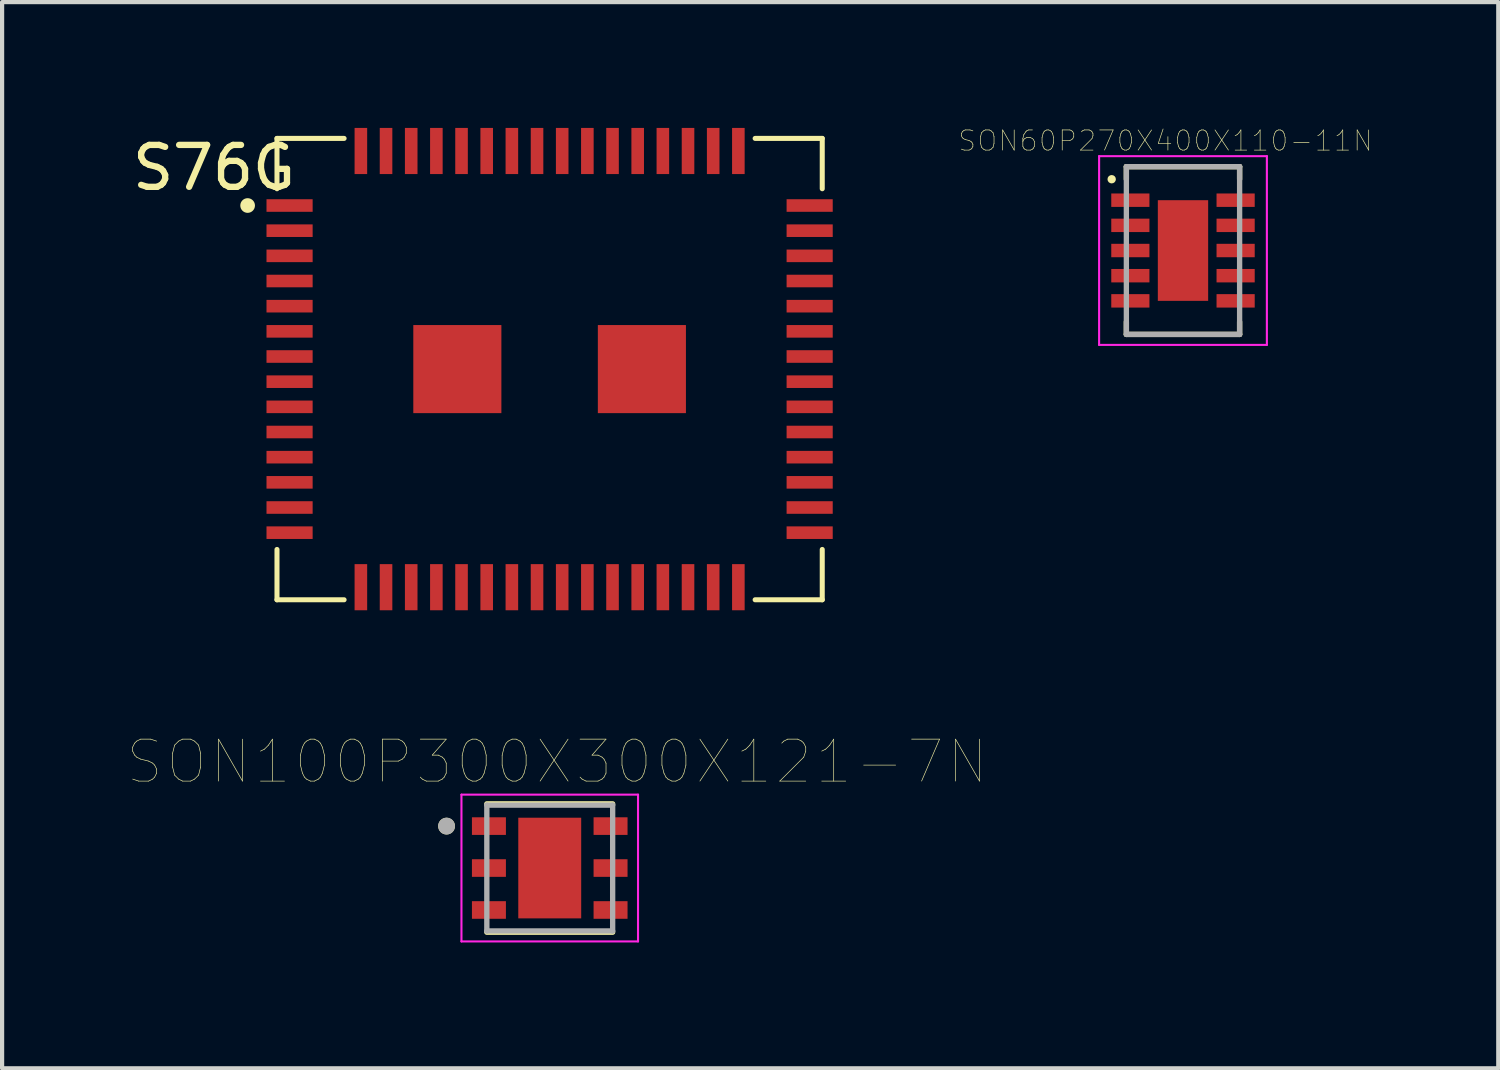
<source format=kicad_pcb>
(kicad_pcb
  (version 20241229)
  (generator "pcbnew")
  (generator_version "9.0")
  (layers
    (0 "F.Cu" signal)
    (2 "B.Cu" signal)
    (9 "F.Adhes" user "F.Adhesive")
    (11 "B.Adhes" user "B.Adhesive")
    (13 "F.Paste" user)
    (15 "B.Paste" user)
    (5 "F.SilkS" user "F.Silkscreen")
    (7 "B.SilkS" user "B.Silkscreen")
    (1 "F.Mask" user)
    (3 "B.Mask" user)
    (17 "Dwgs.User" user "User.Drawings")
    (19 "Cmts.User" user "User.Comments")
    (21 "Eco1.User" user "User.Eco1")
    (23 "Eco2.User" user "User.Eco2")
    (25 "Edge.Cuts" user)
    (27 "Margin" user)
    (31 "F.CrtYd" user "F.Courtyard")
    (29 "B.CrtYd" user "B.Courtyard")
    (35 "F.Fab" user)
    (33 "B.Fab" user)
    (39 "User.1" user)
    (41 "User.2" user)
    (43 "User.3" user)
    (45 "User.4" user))
  (footprint "S76G"
    (layer "F.Cu")
    (at 10.054 5.75)
    (property "Reference" "S76G" (at -8 -4.8 180) (layer "F.SilkS") (effects (font (size 1 1) (thickness 0.15))))
    (attr through_hole)
    (fp_line (start -6.5 -5.5) (end -6.5 -4.3) (stroke (width 0.12) (type solid)) (layer "F.SilkS"))
    (fp_line (start -6.5 -5.5) (end -4.9 -5.5) (stroke (width 0.12) (type solid)) (layer "F.SilkS"))
    (fp_line (start -6.5 5.5) (end -6.5 4.3) (stroke (width 0.12) (type solid)) (layer "F.SilkS"))
    (fp_line (start -6.5 5.5) (end -4.9 5.5) (stroke (width 0.12) (type solid)) (layer "F.SilkS"))
    (fp_line (start 6.5 -5.5) (end 4.9 -5.5) (stroke (width 0.12) (type solid)) (layer "F.SilkS"))
    (fp_line (start 6.5 -5.5) (end 6.5 -4.3) (stroke (width 0.12) (type solid)) (layer "F.SilkS"))
    (fp_line (start 6.5 5.5) (end 4.9 5.5) (stroke (width 0.12) (type solid)) (layer "F.SilkS"))
    (fp_line (start 6.5 5.5) (end 6.5 4.3) (stroke (width 0.12) (type solid)) (layer "F.SilkS"))
    (pad "" smd circle (at -7.2 -3.9) (size 0.35 0.35) (layers "F.SilkS"))
    (pad "1" smd rect (at -6.2 -3.9) (size 1.1 0.3) (layers "F.Cu" "F.Mask" "F.Paste"))
    (pad "2" smd rect (at -6.2 -3.3) (size 1.1 0.3) (layers "F.Cu" "F.Mask" "F.Paste"))
    (pad "3" smd rect (at -6.2 -2.7) (size 1.1 0.3) (layers "F.Cu" "F.Mask" "F.Paste"))
    (pad "4" smd rect (at -6.2 -2.1) (size 1.1 0.3) (layers "F.Cu" "F.Mask" "F.Paste"))
    (pad "5" smd rect (at -6.2 -1.5) (size 1.1 0.3) (layers "F.Cu" "F.Mask" "F.Paste"))
    (pad "6" smd rect (at -6.2 -0.9) (size 1.1 0.3) (layers "F.Cu" "F.Mask" "F.Paste"))
    (pad "7" smd rect (at -6.2 -0.3) (size 1.1 0.3) (layers "F.Cu" "F.Mask" "F.Paste"))
    (pad "8" smd rect (at -6.2 0.3) (size 1.1 0.3) (layers "F.Cu" "F.Mask" "F.Paste"))
    (pad "9" smd rect (at -6.2 0.9) (size 1.1 0.3) (layers "F.Cu" "F.Mask" "F.Paste"))
    (pad "10" smd rect (at -6.2 1.5) (size 1.1 0.3) (layers "F.Cu" "F.Mask" "F.Paste"))
    (pad "11" smd rect (at -6.2 2.1) (size 1.1 0.3) (layers "F.Cu" "F.Mask" "F.Paste"))
    (pad "12" smd rect (at -6.2 2.7) (size 1.1 0.3) (layers "F.Cu" "F.Mask" "F.Paste"))
    (pad "13" smd rect (at -6.2 3.3) (size 1.1 0.3) (layers "F.Cu" "F.Mask" "F.Paste"))
    (pad "14" smd rect (at -6.2 3.9) (size 1.1 0.3) (layers "F.Cu" "F.Mask" "F.Paste"))
    (pad "15" smd rect (at -4.5 5.2) (size 0.3 1.1) (layers "F.Cu" "F.Mask" "F.Paste"))
    (pad "16" smd rect (at -3.9 5.2) (size 0.3 1.1) (layers "F.Cu" "F.Mask" "F.Paste"))
    (pad "17" smd rect (at -3.3 5.2) (size 0.3 1.1) (layers "F.Cu" "F.Mask" "F.Paste"))
    (pad "18" smd rect (at -2.7 5.2) (size 0.3 1.1) (layers "F.Cu" "F.Mask" "F.Paste"))
    (pad "19" smd rect (at -2.1 5.2) (size 0.3 1.1) (layers "F.Cu" "F.Mask" "F.Paste"))
    (pad "20" smd rect (at -1.5 5.2) (size 0.3 1.1) (layers "F.Cu" "F.Mask" "F.Paste"))
    (pad "21" smd rect (at -0.9 5.2) (size 0.3 1.1) (layers "F.Cu" "F.Mask" "F.Paste"))
    (pad "22" smd rect (at -0.3 5.2) (size 0.3 1.1) (layers "F.Cu" "F.Mask" "F.Paste"))
    (pad "23" smd rect (at 0.3 5.2) (size 0.3 1.1) (layers "F.Cu" "F.Mask" "F.Paste"))
    (pad "24" smd rect (at 0.9 5.2) (size 0.3 1.1) (layers "F.Cu" "F.Mask" "F.Paste"))
    (pad "25" smd rect (at 1.5 5.2) (size 0.3 1.1) (layers "F.Cu" "F.Mask" "F.Paste"))
    (pad "26" smd rect (at 2.1 5.2) (size 0.3 1.1) (layers "F.Cu" "F.Mask" "F.Paste"))
    (pad "27" smd rect (at 2.7 5.2) (size 0.3 1.1) (layers "F.Cu" "F.Mask" "F.Paste"))
    (pad "28" smd rect (at 3.3 5.2) (size 0.3 1.1) (layers "F.Cu" "F.Mask" "F.Paste"))
    (pad "29" smd rect (at 3.9 5.2) (size 0.3 1.1) (layers "F.Cu" "F.Mask" "F.Paste"))
    (pad "30" smd rect (at 4.5 5.2) (size 0.3 1.1) (layers "F.Cu" "F.Mask" "F.Paste"))
    (pad "31" smd rect (at 6.2 3.9) (size 1.1 0.3) (layers "F.Cu" "F.Mask" "F.Paste"))
    (pad "32" smd rect (at 6.2 3.3) (size 1.1 0.3) (layers "F.Cu" "F.Mask" "F.Paste"))
    (pad "33" smd rect (at 6.2 2.7) (size 1.1 0.3) (layers "F.Cu" "F.Mask" "F.Paste"))
    (pad "34" smd rect (at 6.2 2.1) (size 1.1 0.3) (layers "F.Cu" "F.Mask" "F.Paste"))
    (pad "35" smd rect (at 6.2 1.5) (size 1.1 0.3) (layers "F.Cu" "F.Mask" "F.Paste"))
    (pad "36" smd rect (at 6.2 0.9) (size 1.1 0.3) (layers "F.Cu" "F.Mask" "F.Paste"))
    (pad "37" smd rect (at 6.2 0.3) (size 1.1 0.3) (layers "F.Cu" "F.Mask" "F.Paste"))
    (pad "38" smd rect (at 6.2 -0.3) (size 1.1 0.3) (layers "F.Cu" "F.Mask" "F.Paste"))
    (pad "39" smd rect (at 6.2 -0.9) (size 1.1 0.3) (layers "F.Cu" "F.Mask" "F.Paste"))
    (pad "40" smd rect (at 6.2 -1.5) (size 1.1 0.3) (layers "F.Cu" "F.Mask" "F.Paste"))
    (pad "41" smd rect (at 6.2 -2.1) (size 1.1 0.3) (layers "F.Cu" "F.Mask" "F.Paste"))
    (pad "42" smd rect (at 6.2 -2.7) (size 1.1 0.3) (layers "F.Cu" "F.Mask" "F.Paste"))
    (pad "43" smd rect (at 6.2 -3.3) (size 1.1 0.3) (layers "F.Cu" "F.Mask" "F.Paste"))
    (pad "44" smd rect (at 6.2 -3.9) (size 1.1 0.3) (layers "F.Cu" "F.Mask" "F.Paste"))
    (pad "45" smd rect (at 4.5 -5.2) (size 0.3 1.1) (layers "F.Cu" "F.Mask" "F.Paste"))
    (pad "46" smd rect (at 3.9 -5.2) (size 0.3 1.1) (layers "F.Cu" "F.Mask" "F.Paste"))
    (pad "47" smd rect (at 3.3 -5.2) (size 0.3 1.1) (layers "F.Cu" "F.Mask" "F.Paste"))
    (pad "48" smd rect (at 2.7 -5.2) (size 0.3 1.1) (layers "F.Cu" "F.Mask" "F.Paste"))
    (pad "49" smd rect (at 2.1 -5.2) (size 0.3 1.1) (layers "F.Cu" "F.Mask" "F.Paste"))
    (pad "50" smd rect (at 1.5 -5.2) (size 0.3 1.1) (layers "F.Cu" "F.Mask" "F.Paste"))
    (pad "51" smd rect (at 0.9 -5.2) (size 0.3 1.1) (layers "F.Cu" "F.Mask" "F.Paste"))
    (pad "52" smd rect (at 0.3 -5.2) (size 0.3 1.1) (layers "F.Cu" "F.Mask" "F.Paste"))
    (pad "53" smd rect (at -0.3 -5.2) (size 0.3 1.1) (layers "F.Cu" "F.Mask" "F.Paste"))
    (pad "54" smd rect (at -0.9 -5.2) (size 0.3 1.1) (layers "F.Cu" "F.Mask" "F.Paste"))
    (pad "55" smd rect (at -1.5 -5.2) (size 0.3 1.1) (layers "F.Cu" "F.Mask" "F.Paste"))
    (pad "56" smd rect (at -2.1 -5.2) (size 0.3 1.1) (layers "F.Cu" "F.Mask" "F.Paste"))
    (pad "57" smd rect (at -2.7 -5.2) (size 0.3 1.1) (layers "F.Cu" "F.Mask" "F.Paste"))
    (pad "58" smd rect (at -3.3 -5.2) (size 0.3 1.1) (layers "F.Cu" "F.Mask" "F.Paste"))
    (pad "59" smd rect (at -3.9 -5.2) (size 0.3 1.1) (layers "F.Cu" "F.Mask" "F.Paste"))
    (pad "60" smd rect (at -4.5 -5.2) (size 0.3 1.1) (layers "F.Cu" "F.Mask" "F.Paste"))
    (pad "61" smd rect (at -2.2 0) (size 2.1 2.1) (layers "F.Cu" "F.Mask" "F.Paste"))
    (pad "62" smd rect (at 2.2 0) (size 2.1 2.1) (layers "F.Cu" "F.Mask" "F.Paste")))
  (footprint "SON60P270X400X110-11N"
    (layer "F.Cu")
    (at 25.155 2.923)
    (property "Reference" "SON60P270X400X110-11N" (at -0.417 -2.616 0) (layer "F.SilkS") (effects (font (size 0.481 0.481) (thickness 0.015))))
    (attr through_hole)
    (fp_line (start -1.35 -2) (end -1.35 -1.7) (stroke (width 0.127) (type solid)) (layer "F.SilkS"))
    (fp_line (start -1.35 1.7) (end -1.35 2) (stroke (width 0.127) (type solid)) (layer "F.SilkS"))
    (fp_line (start -1.35 2) (end 1.35 2) (stroke (width 0.127) (type solid)) (layer "F.SilkS"))
    (fp_line (start 1.35 -2) (end -1.35 -2) (stroke (width 0.127) (type solid)) (layer "F.SilkS"))
    (fp_line (start 1.35 -2) (end 1.35 -1.7) (stroke (width 0.127) (type solid)) (layer "F.SilkS"))
    (fp_line (start 1.35 2) (end 1.35 1.7) (stroke (width 0.127) (type solid)) (layer "F.SilkS"))
    (fp_circle (center -1.7 -1.7) (end -1.65 -1.7) (stroke (width 0.1) (type solid)) (fill no) (layer "F.SilkS"))
    (fp_poly (pts (xy -0.381 -0.76) (xy 0.38 -0.76) (xy 0.38 0.761) (xy -0.381 0.761)) (stroke (width 0.01) (type solid)) (fill yes) (layer "F.Paste"))
    (fp_line (start -2 -2.25) (end 2 -2.25) (stroke (width 0.05) (type solid)) (layer "F.CrtYd"))
    (fp_line (start -2 2.25) (end -2 -2.25) (stroke (width 0.05) (type solid)) (layer "F.CrtYd"))
    (fp_line (start 2 -2.25) (end 2 2.25) (stroke (width 0.05) (type solid)) (layer "F.CrtYd"))
    (fp_line (start 2 2.25) (end -2 2.25) (stroke (width 0.05) (type solid)) (layer "F.CrtYd"))
    (fp_line (start -1.35 -2) (end 1.35 -2) (stroke (width 0.127) (type solid)) (layer "F.Fab"))
    (fp_line (start -1.35 2) (end -1.35 -2) (stroke (width 0.127) (type solid)) (layer "F.Fab"))
    (fp_line (start 1.35 -2) (end 1.35 2) (stroke (width 0.127) (type solid)) (layer "F.Fab"))
    (fp_line (start 1.35 2) (end -1.35 2) (stroke (width 0.127) (type solid)) (layer "F.Fab"))
    (pad "1" smd rect (at -1.255 -1.2) (size 0.91 0.32) (layers "F.Cu" "F.Mask" "F.Paste"))
    (pad "2" smd rect (at -1.255 -0.6) (size 0.91 0.32) (layers "F.Cu" "F.Mask" "F.Paste"))
    (pad "3" smd rect (at -1.255 0) (size 0.91 0.32) (layers "F.Cu" "F.Mask" "F.Paste"))
    (pad "4" smd rect (at -1.255 0.6) (size 0.91 0.32) (layers "F.Cu" "F.Mask" "F.Paste"))
    (pad "5" smd rect (at -1.255 1.2) (size 0.91 0.32) (layers "F.Cu" "F.Mask" "F.Paste"))
    (pad "6" smd rect (at 1.255 1.2) (size 0.91 0.32) (layers "F.Cu" "F.Mask" "F.Paste"))
    (pad "7" smd rect (at 1.255 0.6) (size 0.91 0.32) (layers "F.Cu" "F.Mask" "F.Paste"))
    (pad "8" smd rect (at 1.255 0) (size 0.91 0.32) (layers "F.Cu" "F.Mask" "F.Paste"))
    (pad "9" smd rect (at 1.255 -0.6) (size 0.91 0.32) (layers "F.Cu" "F.Mask" "F.Paste"))
    (pad "10" smd rect (at 1.255 -1.2) (size 0.91 0.32) (layers "F.Cu" "F.Mask" "F.Paste"))
    (pad "11" smd rect (at 0 0) (size 1.2 2.4) (layers "F.Cu" "F.Mask")))
  (footprint "SON100P300X300X121-7N"
    (layer "F.Cu")
    (at 10.057 17.646)
    (property "Reference" "SON100P300X300X121-7N" (at 0.175 -2.535 0) (layer "F.SilkS") (effects (font (size 1 1) (thickness 0.015))))
    (attr through_hole)
    (fp_line (start -1.5 -1.53) (end 1.5 -1.53) (stroke (width 0.127) (type solid)) (layer "F.SilkS"))
    (fp_line (start -1.5 1.53) (end 1.5 1.53) (stroke (width 0.127) (type solid)) (layer "F.SilkS"))
    (fp_circle (center -2.46 -1) (end -2.36 -1) (stroke (width 0.2) (type solid)) (fill no) (layer "F.SilkS"))
    (fp_poly (pts (xy -0.47 -0.76) (xy 0.47 -0.76) (xy 0.47 0.76) (xy -0.47 0.76)) (stroke (width 0.01) (type solid)) (fill yes) (layer "F.Paste"))
    (fp_line (start -2.105 -1.75) (end -2.105 1.75) (stroke (width 0.05) (type solid)) (layer "F.CrtYd"))
    (fp_line (start -2.105 -1.75) (end 2.105 -1.75) (stroke (width 0.05) (type solid)) (layer "F.CrtYd"))
    (fp_line (start -2.105 1.75) (end 2.105 1.75) (stroke (width 0.05) (type solid)) (layer "F.CrtYd"))
    (fp_line (start 2.105 -1.75) (end 2.105 1.75) (stroke (width 0.05) (type solid)) (layer "F.CrtYd"))
    (fp_line (start -1.5 -1.5) (end -1.5 1.5) (stroke (width 0.127) (type solid)) (layer "F.Fab"))
    (fp_line (start -1.5 -1.5) (end 1.5 -1.5) (stroke (width 0.127) (type solid)) (layer "F.Fab"))
    (fp_line (start -1.5 1.5) (end 1.5 1.5) (stroke (width 0.127) (type solid)) (layer "F.Fab"))
    (fp_line (start 1.5 -1.5) (end 1.5 1.5) (stroke (width 0.127) (type solid)) (layer "F.Fab"))
    (fp_circle (center -2.46 -1) (end -2.36 -1) (stroke (width 0.2) (type solid)) (fill no) (layer "F.Fab"))
    (pad "1" smd rect (at -1.45 -1) (size 0.81 0.42) (layers "F.Cu" "F.Mask" "F.Paste"))
    (pad "2" smd rect (at -1.45 0) (size 0.81 0.42) (layers "F.Cu" "F.Mask" "F.Paste"))
    (pad "3" smd rect (at -1.45 1) (size 0.81 0.42) (layers "F.Cu" "F.Mask" "F.Paste"))
    (pad "4" smd rect (at 1.45 1) (size 0.81 0.42) (layers "F.Cu" "F.Mask" "F.Paste"))
    (pad "5" smd rect (at 1.45 0) (size 0.81 0.42) (layers "F.Cu" "F.Mask" "F.Paste"))
    (pad "6" smd rect (at 1.45 -1) (size 0.81 0.42) (layers "F.Cu" "F.Mask" "F.Paste"))
    (pad "7" smd rect (at 0 0) (size 1.5 2.4) (layers "F.Cu" "F.Mask")))
  (gr_rect
    (start -3 -3)
    (end 32.672 22.421)
    (stroke (width 0.1) (type default))
    (fill no)
    (layer "Edge.Cuts")))
</source>
